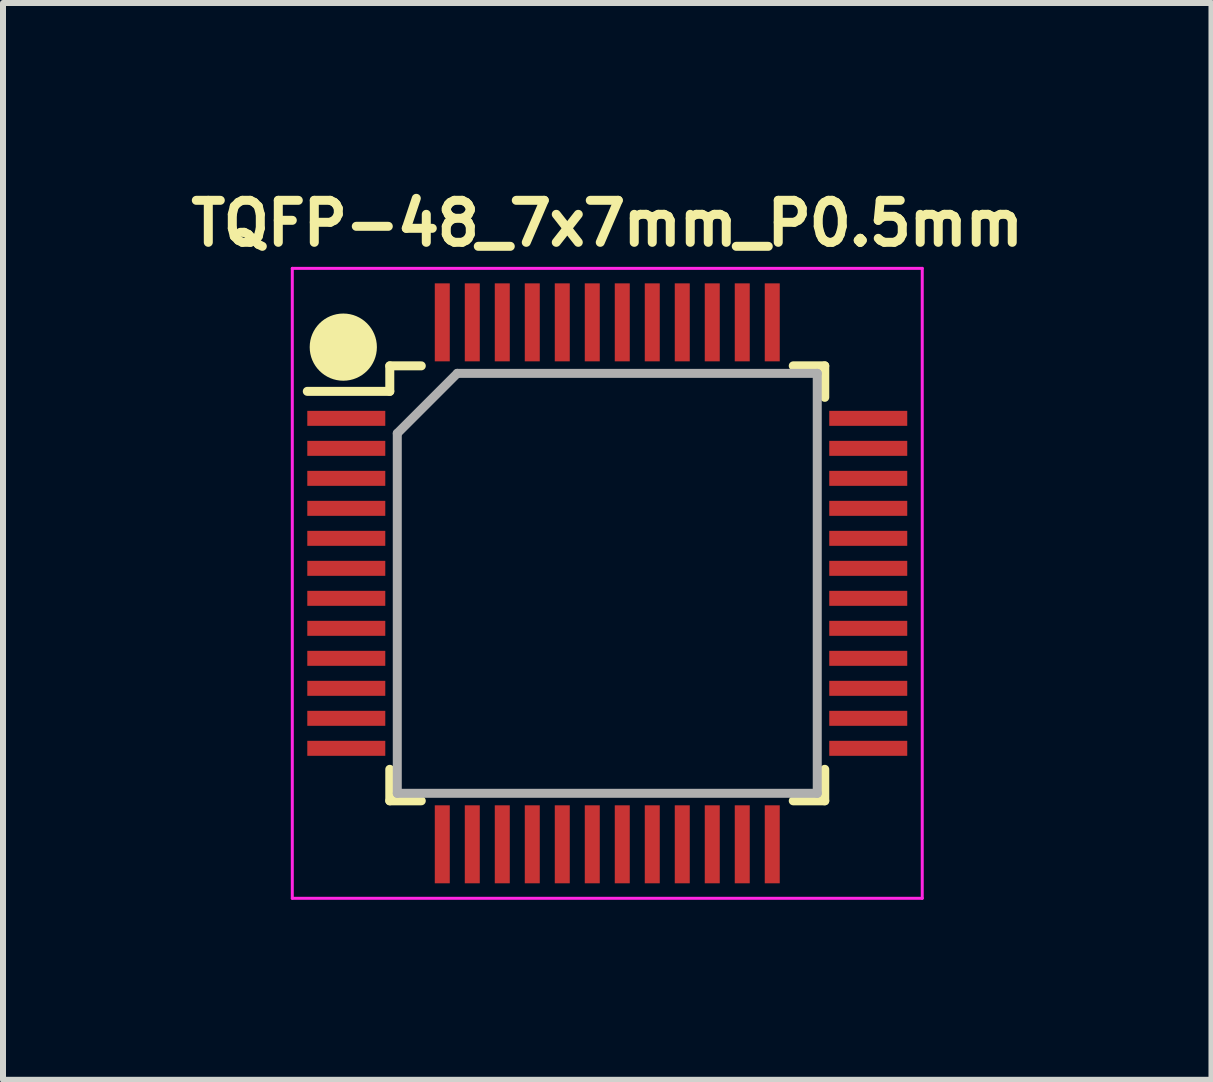
<source format=kicad_pcb>
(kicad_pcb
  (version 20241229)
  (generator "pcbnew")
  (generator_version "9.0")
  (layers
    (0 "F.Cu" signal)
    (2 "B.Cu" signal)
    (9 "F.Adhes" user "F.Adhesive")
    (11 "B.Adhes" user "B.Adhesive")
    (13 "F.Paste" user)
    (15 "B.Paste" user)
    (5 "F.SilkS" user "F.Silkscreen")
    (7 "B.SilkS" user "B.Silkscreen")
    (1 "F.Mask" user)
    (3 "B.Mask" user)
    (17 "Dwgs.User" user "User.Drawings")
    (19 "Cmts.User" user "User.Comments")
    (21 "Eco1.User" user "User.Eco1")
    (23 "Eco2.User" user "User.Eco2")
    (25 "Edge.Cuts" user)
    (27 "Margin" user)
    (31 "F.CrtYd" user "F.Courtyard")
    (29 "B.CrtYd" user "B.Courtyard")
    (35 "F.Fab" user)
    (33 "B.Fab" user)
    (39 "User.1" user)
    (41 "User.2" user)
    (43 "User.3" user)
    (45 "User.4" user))
  (footprint "TQFP-48_7x7mm_P0.5mm"
    (layer "F.Cu")
    (at 7.072 6.673)
    (property "Reference" "TQFP-48_7x7mm_P0.5mm" (at 0 -6 0) (layer "F.SilkS") (effects (font (size 0.7 0.7) (thickness 0.15))))
    (attr smd)
    (fp_line (start -3.625 -3.625) (end -3.625 -3.2) (stroke (width 0.15) (type solid)) (layer "F.SilkS"))
    (fp_line (start -3.625 -3.625) (end -3.1 -3.625) (stroke (width 0.15) (type solid)) (layer "F.SilkS"))
    (fp_line (start -3.625 -3.2) (end -5 -3.2) (stroke (width 0.15) (type solid)) (layer "F.SilkS"))
    (fp_line (start -3.625 3.625) (end -3.625 3.1) (stroke (width 0.15) (type solid)) (layer "F.SilkS"))
    (fp_line (start -3.625 3.625) (end -3.1 3.625) (stroke (width 0.15) (type solid)) (layer "F.SilkS"))
    (fp_line (start 3.625 -3.625) (end 3.1 -3.625) (stroke (width 0.15) (type solid)) (layer "F.SilkS"))
    (fp_line (start 3.625 -3.625) (end 3.625 -3.1) (stroke (width 0.15) (type solid)) (layer "F.SilkS"))
    (fp_line (start 3.625 3.625) (end 3.1 3.625) (stroke (width 0.15) (type solid)) (layer "F.SilkS"))
    (fp_line (start 3.625 3.625) (end 3.625 3.1) (stroke (width 0.15) (type solid)) (layer "F.SilkS"))
    (fp_circle (center -4.4 -3.937) (end -3.9 -3.937) (stroke (width 0.12) (type solid)) (fill yes) (layer "F.SilkS"))
    (fp_line (start -5.25 -5.25) (end -5.25 5.25) (stroke (width 0.05) (type solid)) (layer "F.CrtYd"))
    (fp_line (start -5.25 -5.25) (end 5.25 -5.25) (stroke (width 0.05) (type solid)) (layer "F.CrtYd"))
    (fp_line (start -5.25 5.25) (end 5.25 5.25) (stroke (width 0.05) (type solid)) (layer "F.CrtYd"))
    (fp_line (start 5.25 -5.25) (end 5.25 5.25) (stroke (width 0.05) (type solid)) (layer "F.CrtYd"))
    (fp_line (start -3.5 -2.5) (end -2.5 -3.5) (stroke (width 0.15) (type solid)) (layer "F.Fab"))
    (fp_line (start -3.5 3.5) (end -3.5 -2.5) (stroke (width 0.15) (type solid)) (layer "F.Fab"))
    (fp_line (start -2.5 -3.5) (end 3.5 -3.5) (stroke (width 0.15) (type solid)) (layer "F.Fab"))
    (fp_line (start 3.5 -3.5) (end 3.5 3.5) (stroke (width 0.15) (type solid)) (layer "F.Fab"))
    (fp_line (start 3.5 3.5) (end -3.5 3.5) (stroke (width 0.15) (type solid)) (layer "F.Fab"))
    (pad "1" smd rect (at -4.35 -2.75) (size 1.3 0.25) (layers "F.Cu" "F.Mask" "F.Paste"))
    (pad "2" smd rect (at -4.35 -2.25) (size 1.3 0.25) (layers "F.Cu" "F.Mask" "F.Paste"))
    (pad "3" smd rect (at -4.35 -1.75) (size 1.3 0.25) (layers "F.Cu" "F.Mask" "F.Paste"))
    (pad "4" smd rect (at -4.35 -1.25) (size 1.3 0.25) (layers "F.Cu" "F.Mask" "F.Paste"))
    (pad "5" smd rect (at -4.35 -0.75) (size 1.3 0.25) (layers "F.Cu" "F.Mask" "F.Paste"))
    (pad "6" smd rect (at -4.35 -0.25) (size 1.3 0.25) (layers "F.Cu" "F.Mask" "F.Paste"))
    (pad "7" smd rect (at -4.35 0.25) (size 1.3 0.25) (layers "F.Cu" "F.Mask" "F.Paste"))
    (pad "8" smd rect (at -4.35 0.75) (size 1.3 0.25) (layers "F.Cu" "F.Mask" "F.Paste"))
    (pad "9" smd rect (at -4.35 1.25) (size 1.3 0.25) (layers "F.Cu" "F.Mask" "F.Paste"))
    (pad "10" smd rect (at -4.35 1.75) (size 1.3 0.25) (layers "F.Cu" "F.Mask" "F.Paste"))
    (pad "11" smd rect (at -4.35 2.25) (size 1.3 0.25) (layers "F.Cu" "F.Mask" "F.Paste"))
    (pad "12" smd rect (at -4.35 2.75) (size 1.3 0.25) (layers "F.Cu" "F.Mask" "F.Paste"))
    (pad "13" smd rect (at -2.75 4.35 90) (size 1.3 0.25) (layers "F.Cu" "F.Mask" "F.Paste"))
    (pad "14" smd rect (at -2.25 4.35 90) (size 1.3 0.25) (layers "F.Cu" "F.Mask" "F.Paste"))
    (pad "15" smd rect (at -1.75 4.35 90) (size 1.3 0.25) (layers "F.Cu" "F.Mask" "F.Paste"))
    (pad "16" smd rect (at -1.25 4.35 90) (size 1.3 0.25) (layers "F.Cu" "F.Mask" "F.Paste"))
    (pad "17" smd rect (at -0.75 4.35 90) (size 1.3 0.25) (layers "F.Cu" "F.Mask" "F.Paste"))
    (pad "18" smd rect (at -0.25 4.35 90) (size 1.3 0.25) (layers "F.Cu" "F.Mask" "F.Paste"))
    (pad "19" smd rect (at 0.25 4.35 90) (size 1.3 0.25) (layers "F.Cu" "F.Mask" "F.Paste"))
    (pad "20" smd rect (at 0.75 4.35 90) (size 1.3 0.25) (layers "F.Cu" "F.Mask" "F.Paste"))
    (pad "21" smd rect (at 1.25 4.35 90) (size 1.3 0.25) (layers "F.Cu" "F.Mask" "F.Paste"))
    (pad "22" smd rect (at 1.75 4.35 90) (size 1.3 0.25) (layers "F.Cu" "F.Mask" "F.Paste"))
    (pad "23" smd rect (at 2.25 4.35 90) (size 1.3 0.25) (layers "F.Cu" "F.Mask" "F.Paste"))
    (pad "24" smd rect (at 2.75 4.35 90) (size 1.3 0.25) (layers "F.Cu" "F.Mask" "F.Paste"))
    (pad "25" smd rect (at 4.35 2.75) (size 1.3 0.25) (layers "F.Cu" "F.Mask" "F.Paste"))
    (pad "26" smd rect (at 4.35 2.25) (size 1.3 0.25) (layers "F.Cu" "F.Mask" "F.Paste"))
    (pad "27" smd rect (at 4.35 1.75) (size 1.3 0.25) (layers "F.Cu" "F.Mask" "F.Paste"))
    (pad "28" smd rect (at 4.35 1.25) (size 1.3 0.25) (layers "F.Cu" "F.Mask" "F.Paste"))
    (pad "29" smd rect (at 4.35 0.75) (size 1.3 0.25) (layers "F.Cu" "F.Mask" "F.Paste"))
    (pad "30" smd rect (at 4.35 0.25) (size 1.3 0.25) (layers "F.Cu" "F.Mask" "F.Paste"))
    (pad "31" smd rect (at 4.35 -0.25) (size 1.3 0.25) (layers "F.Cu" "F.Mask" "F.Paste"))
    (pad "32" smd rect (at 4.35 -0.75) (size 1.3 0.25) (layers "F.Cu" "F.Mask" "F.Paste"))
    (pad "33" smd rect (at 4.35 -1.25) (size 1.3 0.25) (layers "F.Cu" "F.Mask" "F.Paste"))
    (pad "34" smd rect (at 4.35 -1.75) (size 1.3 0.25) (layers "F.Cu" "F.Mask" "F.Paste"))
    (pad "35" smd rect (at 4.35 -2.25) (size 1.3 0.25) (layers "F.Cu" "F.Mask" "F.Paste"))
    (pad "36" smd rect (at 4.35 -2.75) (size 1.3 0.25) (layers "F.Cu" "F.Mask" "F.Paste"))
    (pad "37" smd rect (at 2.75 -4.35 90) (size 1.3 0.25) (layers "F.Cu" "F.Mask" "F.Paste"))
    (pad "38" smd rect (at 2.25 -4.35 90) (size 1.3 0.25) (layers "F.Cu" "F.Mask" "F.Paste"))
    (pad "39" smd rect (at 1.75 -4.35 90) (size 1.3 0.25) (layers "F.Cu" "F.Mask" "F.Paste"))
    (pad "40" smd rect (at 1.25 -4.35 90) (size 1.3 0.25) (layers "F.Cu" "F.Mask" "F.Paste"))
    (pad "41" smd rect (at 0.75 -4.35 90) (size 1.3 0.25) (layers "F.Cu" "F.Mask" "F.Paste"))
    (pad "42" smd rect (at 0.25 -4.35 90) (size 1.3 0.25) (layers "F.Cu" "F.Mask" "F.Paste"))
    (pad "43" smd rect (at -0.25 -4.35 90) (size 1.3 0.25) (layers "F.Cu" "F.Mask" "F.Paste"))
    (pad "44" smd rect (at -0.75 -4.35 90) (size 1.3 0.25) (layers "F.Cu" "F.Mask" "F.Paste"))
    (pad "45" smd rect (at -1.25 -4.35 90) (size 1.3 0.25) (layers "F.Cu" "F.Mask" "F.Paste"))
    (pad "46" smd rect (at -1.75 -4.35 90) (size 1.3 0.25) (layers "F.Cu" "F.Mask" "F.Paste"))
    (pad "47" smd rect (at -2.25 -4.35 90) (size 1.3 0.25) (layers "F.Cu" "F.Mask" "F.Paste"))
    (pad "48" smd rect (at -2.75 -4.35 90) (size 1.3 0.25) (layers "F.Cu" "F.Mask" "F.Paste")))
  (gr_rect
    (start -3 -3)
    (end 17.143 14.948)
    (stroke (width 0.1) (type default))
    (fill no)
    (layer "Edge.Cuts")))
</source>
